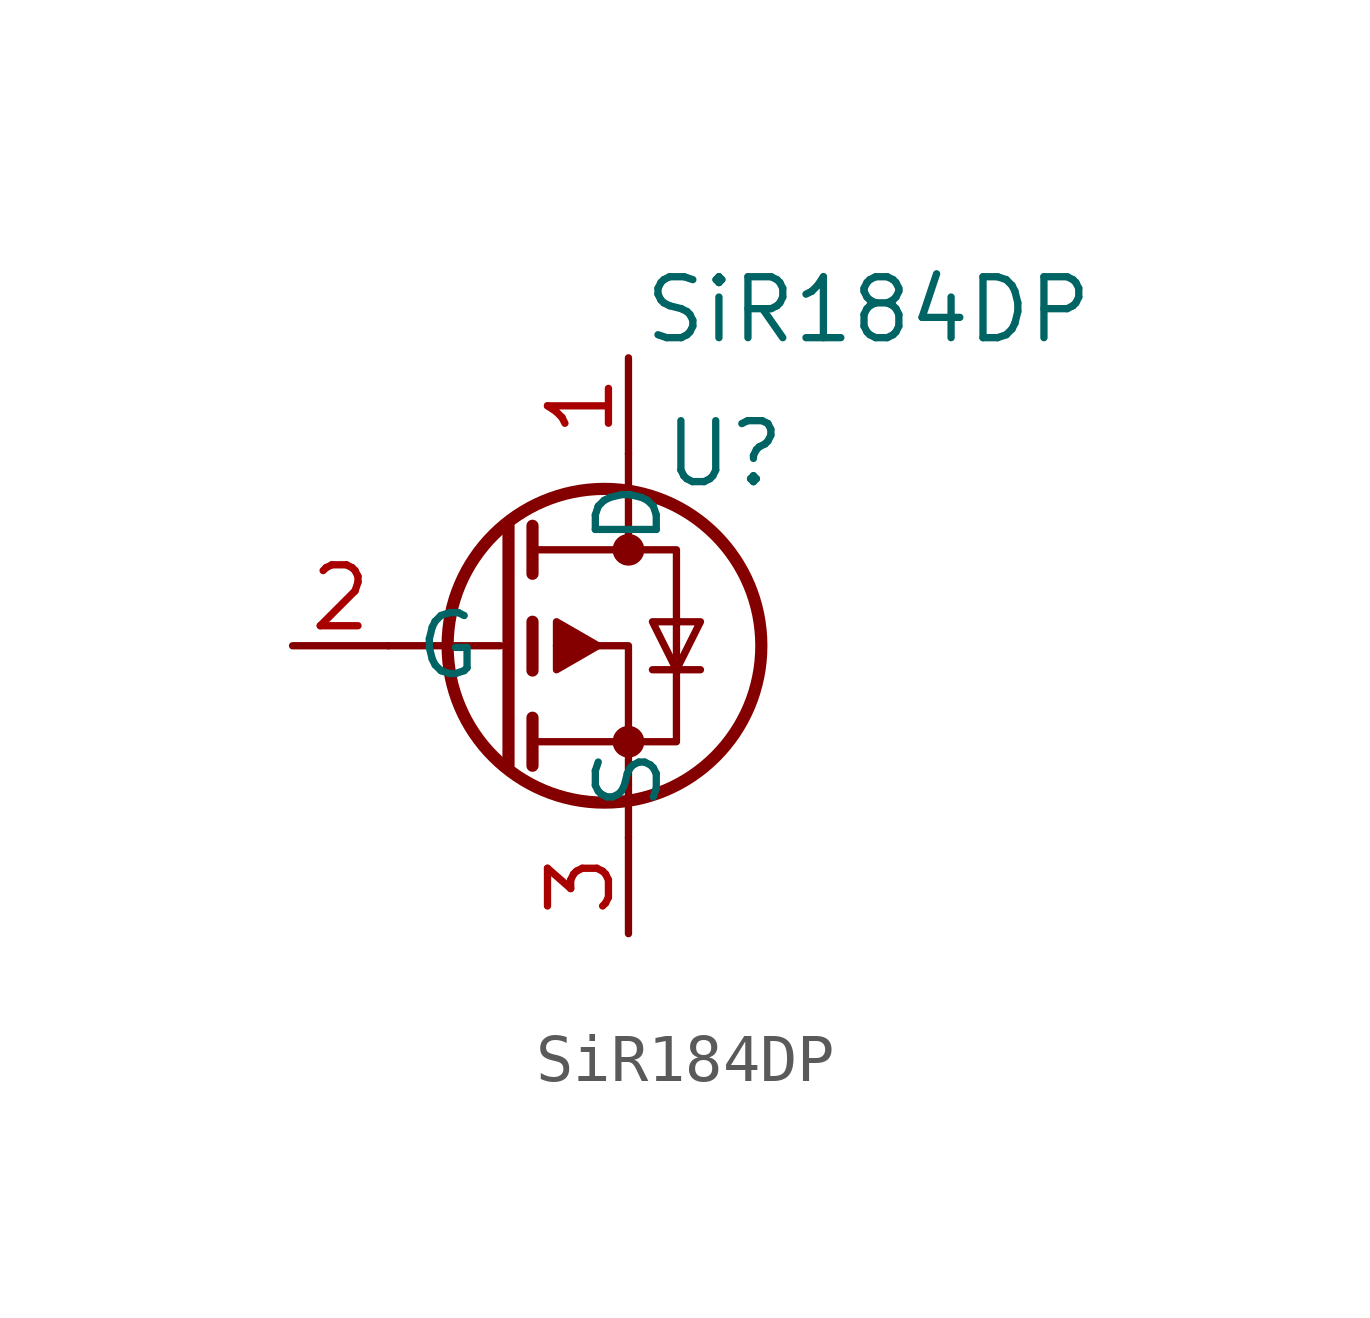
<source format=kicad_sym>
(kicad_symbol_lib
  (version 20211014)
  (generator kicad_symbol_editor)
  (symbol "SiR184DP"
    (property "Reference" "U"
      (at 2 4 0)
      (effects (font (size 1.27 1.27))))
    (property "Value" "SiR184DP"
      (at 5 7 0)
      (effects (font (size 1.27 1.27))))
    (symbol "SiR184DP_0_1"
      (circle (center -0.5 0) (radius 3.269) (stroke (width 0.254) (type default) (color 0 0 0 0)) (fill (type none)))
      (circle (center 0 -2) (radius 0.255) (stroke (width 0) (type default) (color 0 0 0 0)) (fill (type outline)))
      (polyline (pts (xy -2.666 0) (xy -5 0)) (stroke (width 0) (type default) (color 0 0 0 0)) (fill (type none)))
      (polyline (pts (xy -2.5 2.5) (xy -2.5 -2.5)) (stroke (width 0.254) (type default) (color 0 0 0 0)) (fill (type none)))
      (polyline (pts (xy -2 -1.5) (xy -2 -2.5)) (stroke (width 0.254) (type default) (color 0 0 0 0)) (fill (type none)))
      (polyline (pts (xy -2 0.5) (xy -2 -0.516)) (stroke (width 0.254) (type default) (color 0 0 0 0)) (fill (type none)))
      (polyline (pts (xy -2 2.5) (xy -2 1.5)) (stroke (width 0.254) (type default) (color 0 0 0 0)) (fill (type none)))
      (polyline (pts (xy 0 -4) (xy 0 -2)) (stroke (width 0) (type default) (color 0 0 0 0)) (fill (type none)))
      (polyline (pts (xy 0 2) (xy 0 4)) (stroke (width 0) (type default) (color 0 0 0 0)) (fill (type none)))
      (polyline (pts (xy 0 -2) (xy 0 0) (xy -1.5 0)) (stroke (width 0) (type default) (color 0 0 0 0)) (fill (type none)))
      (polyline (pts (xy -2 2) (xy 1 2) (xy 1 -2) (xy -2 -2)) (stroke (width 0) (type default) (color 0 0 0 0)) (fill (type none)))
      (polyline (pts (xy -0.634 0) (xy -1.5 0.5) (xy -1.5 -0.5) (xy -0.634 0)) (stroke (width 0) (type default) (color 0 0 0 0)) (fill (type outline)))
      (polyline (pts (xy 0.5 -0.5) (xy 0.5 -0.5) (xy 1.5 -0.5) (xy 1.5 -0.5)) (stroke (width 0) (type default) (color 0 0 0 0)) (fill (type none)))
      (polyline (pts (xy 1 -0.5) (xy 1.5 0.5) (xy 0.5 0.5) (xy 1 -0.5)) (stroke (width 0) (type default) (color 0 0 0 0)) (fill (type none)))
      (circle (center 0 2) (radius 0.255) (stroke (width 0) (type default) (color 0 0 0 0)) (fill (type outline))))
    (symbol "SiR184DP_1_1"
      (pin passive line (at 0 6 270) (length 2) (name "D" (effects (font (size 1.27 1.27)))) (number "1" (effects (font (size 1.27 1.27)))))
      (pin input line (at -7 0 0) (length 2) (name "G" (effects (font (size 1.27 1.27)))) (number "2" (effects (font (size 1.27 1.27)))))
      (pin passive line (at 0 -6 90) (length 2) (name "S" (effects (font (size 1.27 1.27)))) (number "3" (effects (font (size 1.27 1.27))))))))
</source>
